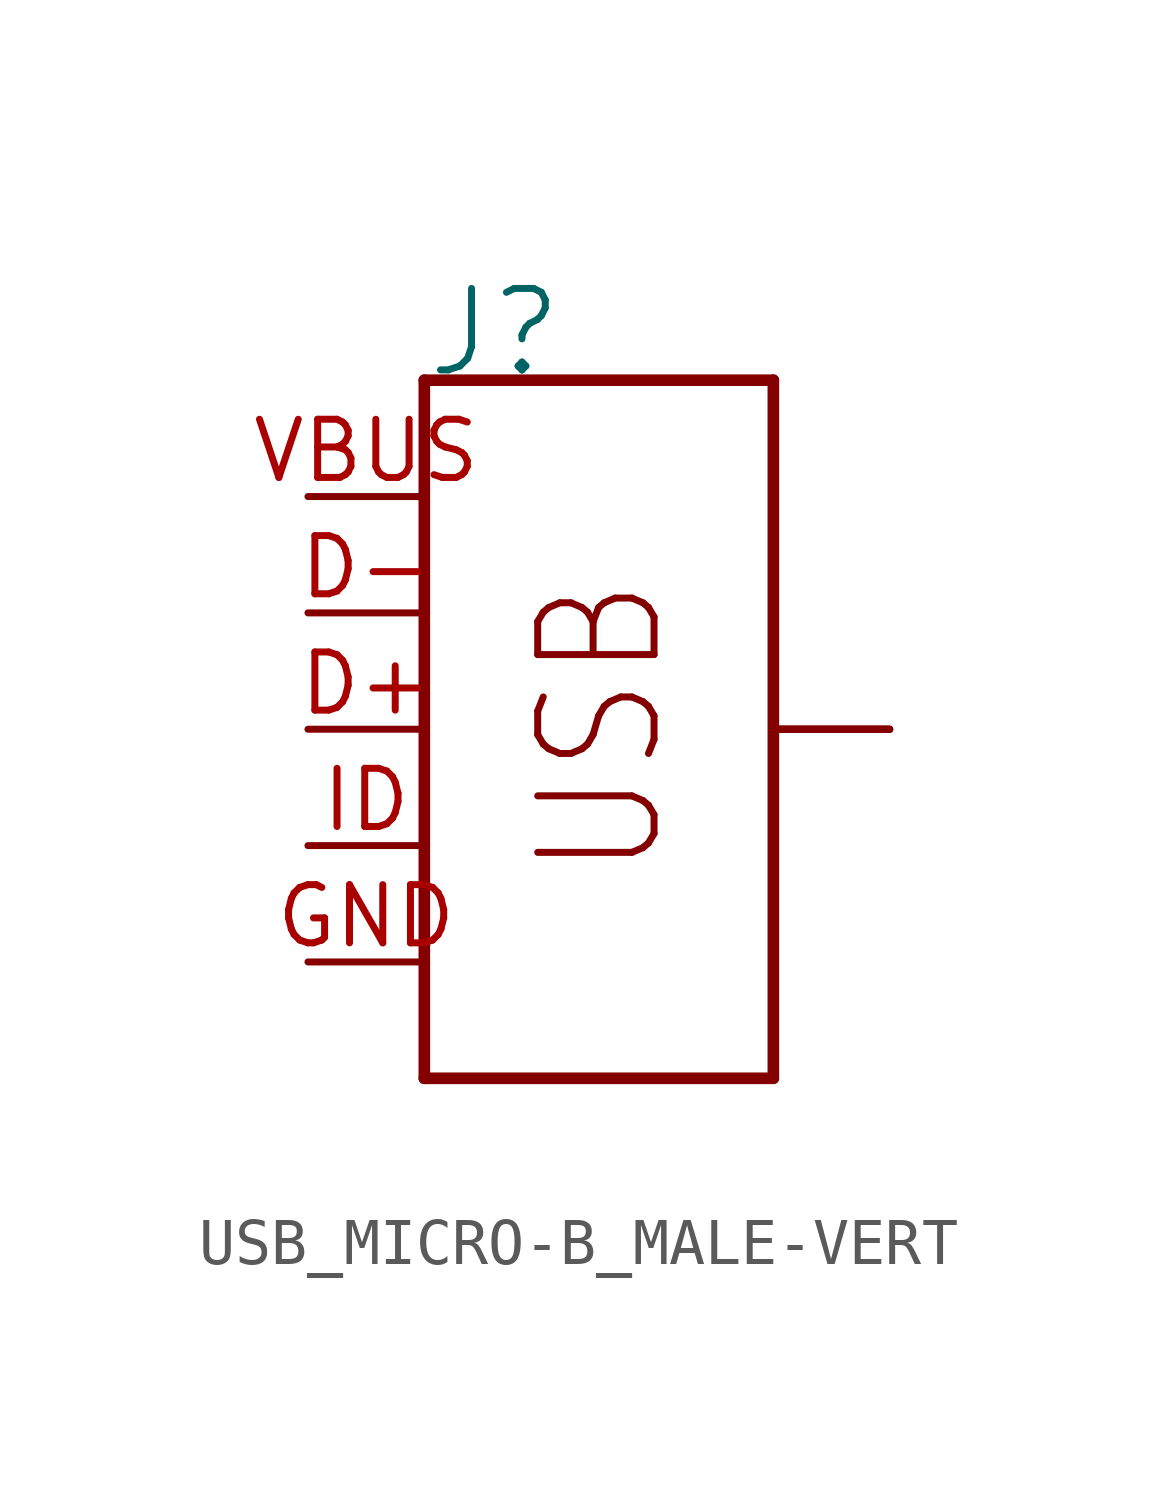
<source format=kicad_sym>
(kicad_symbol_lib
  (version 20231120)
  (generator "kicad_symbol_editor")
  (generator_version "8.0")
  (symbol "USB_MICRO-B_MALE-VERT"
    (property "Reference" "J"
      (at -2.54 7.62 0)
      (effects (font (size 1.778 1.778)) (justify left bottom)))
    (property "Value" ""
      (at -2.54 -7.874 0)
      (effects (font (size 1.778 1.778)) (justify left top)))
    (property "ki_locked" ""
      (at 0 0 0)
      (effects (font (size 1.27 1.27))))
    (symbol "USB_MICRO-B_MALE-VERT_1_0"
      (polyline (pts (xy -2.54 -7.62) (xy 5.08 -7.62)) (stroke (width 0.254) (type solid)) (fill (type none)))
      (polyline (pts (xy -2.54 7.62) (xy -2.54 -7.62)) (stroke (width 0.254) (type solid)) (fill (type none)))
      (polyline (pts (xy 5.08 7.62) (xy -2.54 7.62)) (stroke (width 0.254) (type solid)) (fill (type none)))
      (polyline (pts (xy 5.08 7.62) (xy 5.08 -7.62)) (stroke (width 0.254) (type solid)) (fill (type none)))
      (text "USB" (at 2.794 -3.302 900) (effects (font (size 2.54 2.159)) (justify left bottom)))
      (pin bidirectional line (at -5.08 0 0) (length 2.54) (name "D+" (effects (font (size 0 0)))) (number "D+" (effects (font (size 1.27 1.27)))))
      (pin bidirectional line (at -5.08 2.54 0) (length 2.54) (name "D-" (effects (font (size 0 0)))) (number "D-" (effects (font (size 1.27 1.27)))))
      (pin power_in line (at -5.08 -5.08 0) (length 2.54) (name "GND" (effects (font (size 0 0)))) (number "GND" (effects (font (size 1.27 1.27)))))
      (pin bidirectional line (at -5.08 -2.54 0) (length 2.54) (name "ID" (effects (font (size 0 0)))) (number "ID" (effects (font (size 1.27 1.27)))))
      (pin bidirectional line (at 7.62 0 180) (length 2.54) (name "SHIELD" (effects (font (size 0 0)))) (number "SHLD1" (effects (font (size 0 0)))))
      (pin bidirectional line (at 7.62 0 180) (length 2.54) (name "SHIELD" (effects (font (size 0 0)))) (number "SHLD2" (effects (font (size 0 0)))))
      (pin bidirectional line (at 7.62 0 180) (length 2.54) (name "SHIELD" (effects (font (size 0 0)))) (number "SHLD3" (effects (font (size 0 0)))))
      (pin bidirectional line (at 7.62 0 180) (length 2.54) (name "SHIELD" (effects (font (size 0 0)))) (number "SHLD4" (effects (font (size 0 0)))))
      (pin power_in line (at -5.08 5.08 0) (length 2.54) (name "VBUS" (effects (font (size 0 0)))) (number "VBUS" (effects (font (size 1.27 1.27))))))))
</source>
